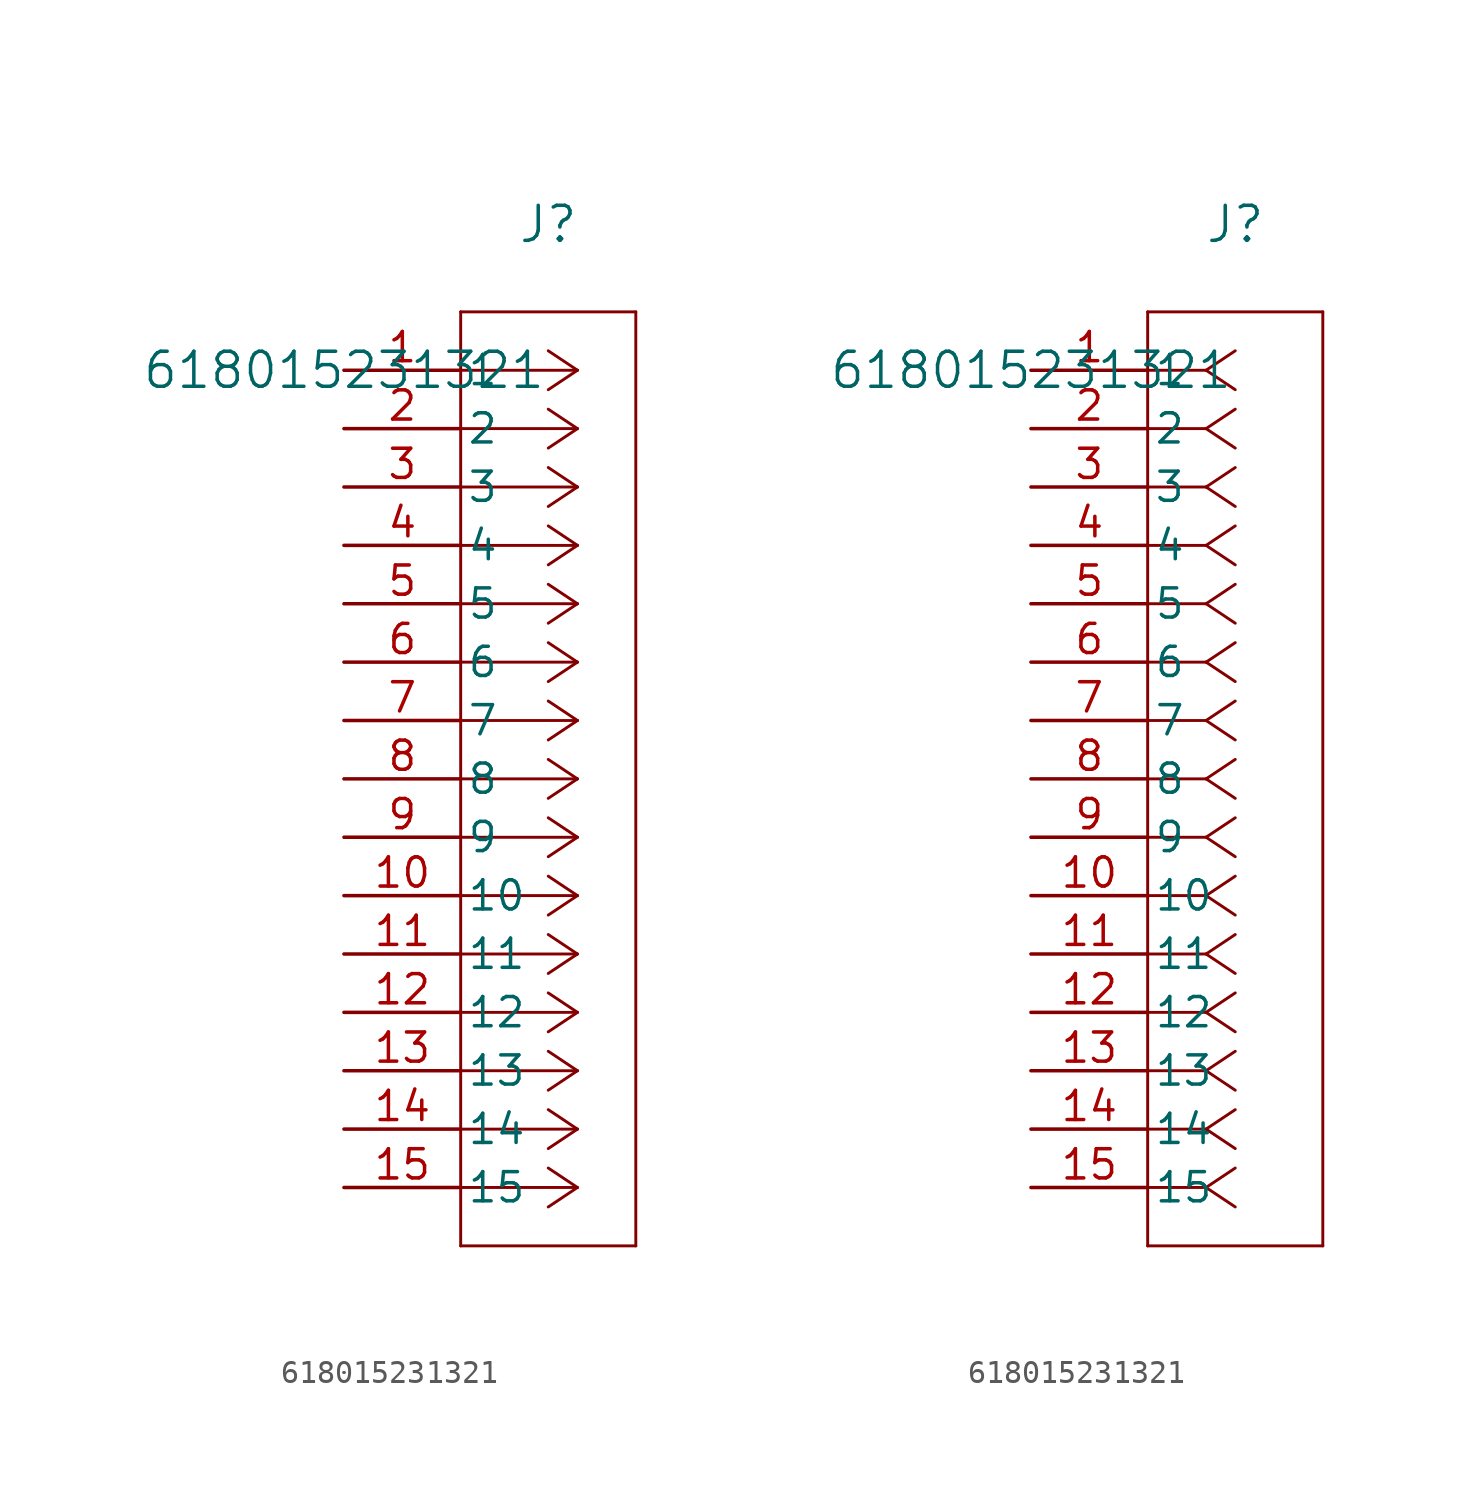
<source format=kicad_sym>
(kicad_symbol_lib
  (version 20211014)
  (generator kicad_symbol_editor)
  (symbol "618015231321"
    (pin_names
      (offset 0.254))
    (property "Reference" "J"
      (at 8.89 6.35 0)
      (effects (font (size 1.524 1.524))))
    (property "Value" "618015231321"
      (at 0 0 0)
      (effects (font (size 1.524 1.524))))
    (symbol "618015231321_1_1"
      (polyline (pts (xy 10.16 0) (xy 5.08 0)) (stroke (width 0.127) (type default) (color 0 0 0 0)) (fill (type none)))
      (polyline (pts (xy 10.16 -2.54) (xy 5.08 -2.54)) (stroke (width 0.127) (type default) (color 0 0 0 0)) (fill (type none)))
      (polyline (pts (xy 10.16 -5.08) (xy 5.08 -5.08)) (stroke (width 0.127) (type default) (color 0 0 0 0)) (fill (type none)))
      (polyline (pts (xy 10.16 -7.62) (xy 5.08 -7.62)) (stroke (width 0.127) (type default) (color 0 0 0 0)) (fill (type none)))
      (polyline (pts (xy 10.16 -10.16) (xy 5.08 -10.16)) (stroke (width 0.127) (type default) (color 0 0 0 0)) (fill (type none)))
      (polyline (pts (xy 10.16 -12.7) (xy 5.08 -12.7)) (stroke (width 0.127) (type default) (color 0 0 0 0)) (fill (type none)))
      (polyline (pts (xy 10.16 -15.24) (xy 5.08 -15.24)) (stroke (width 0.127) (type default) (color 0 0 0 0)) (fill (type none)))
      (polyline (pts (xy 10.16 -17.78) (xy 5.08 -17.78)) (stroke (width 0.127) (type default) (color 0 0 0 0)) (fill (type none)))
      (polyline (pts (xy 10.16 -20.32) (xy 5.08 -20.32)) (stroke (width 0.127) (type default) (color 0 0 0 0)) (fill (type none)))
      (polyline (pts (xy 10.16 -22.86) (xy 5.08 -22.86)) (stroke (width 0.127) (type default) (color 0 0 0 0)) (fill (type none)))
      (polyline (pts (xy 10.16 -25.4) (xy 5.08 -25.4)) (stroke (width 0.127) (type default) (color 0 0 0 0)) (fill (type none)))
      (polyline (pts (xy 10.16 -27.94) (xy 5.08 -27.94)) (stroke (width 0.127) (type default) (color 0 0 0 0)) (fill (type none)))
      (polyline (pts (xy 10.16 -30.48) (xy 5.08 -30.48)) (stroke (width 0.127) (type default) (color 0 0 0 0)) (fill (type none)))
      (polyline (pts (xy 10.16 -33.02) (xy 5.08 -33.02)) (stroke (width 0.127) (type default) (color 0 0 0 0)) (fill (type none)))
      (polyline (pts (xy 10.16 -35.56) (xy 5.08 -35.56)) (stroke (width 0.127) (type default) (color 0 0 0 0)) (fill (type none)))
      (polyline (pts (xy 10.16 0) (xy 8.89 0.847)) (stroke (width 0.127) (type default) (color 0 0 0 0)) (fill (type none)))
      (polyline (pts (xy 10.16 -2.54) (xy 8.89 -1.693)) (stroke (width 0.127) (type default) (color 0 0 0 0)) (fill (type none)))
      (polyline (pts (xy 10.16 -5.08) (xy 8.89 -4.233)) (stroke (width 0.127) (type default) (color 0 0 0 0)) (fill (type none)))
      (polyline (pts (xy 10.16 -7.62) (xy 8.89 -6.773)) (stroke (width 0.127) (type default) (color 0 0 0 0)) (fill (type none)))
      (polyline (pts (xy 10.16 -10.16) (xy 8.89 -9.313)) (stroke (width 0.127) (type default) (color 0 0 0 0)) (fill (type none)))
      (polyline (pts (xy 10.16 -12.7) (xy 8.89 -11.853)) (stroke (width 0.127) (type default) (color 0 0 0 0)) (fill (type none)))
      (polyline (pts (xy 10.16 -15.24) (xy 8.89 -14.393)) (stroke (width 0.127) (type default) (color 0 0 0 0)) (fill (type none)))
      (polyline (pts (xy 10.16 -17.78) (xy 8.89 -16.933)) (stroke (width 0.127) (type default) (color 0 0 0 0)) (fill (type none)))
      (polyline (pts (xy 10.16 -20.32) (xy 8.89 -19.473)) (stroke (width 0.127) (type default) (color 0 0 0 0)) (fill (type none)))
      (polyline (pts (xy 10.16 -22.86) (xy 8.89 -22.013)) (stroke (width 0.127) (type default) (color 0 0 0 0)) (fill (type none)))
      (polyline (pts (xy 10.16 -25.4) (xy 8.89 -24.553)) (stroke (width 0.127) (type default) (color 0 0 0 0)) (fill (type none)))
      (polyline (pts (xy 10.16 -27.94) (xy 8.89 -27.093)) (stroke (width 0.127) (type default) (color 0 0 0 0)) (fill (type none)))
      (polyline (pts (xy 10.16 -30.48) (xy 8.89 -29.633)) (stroke (width 0.127) (type default) (color 0 0 0 0)) (fill (type none)))
      (polyline (pts (xy 10.16 -33.02) (xy 8.89 -32.173)) (stroke (width 0.127) (type default) (color 0 0 0 0)) (fill (type none)))
      (polyline (pts (xy 10.16 -35.56) (xy 8.89 -34.713)) (stroke (width 0.127) (type default) (color 0 0 0 0)) (fill (type none)))
      (polyline (pts (xy 10.16 0) (xy 8.89 -0.847)) (stroke (width 0.127) (type default) (color 0 0 0 0)) (fill (type none)))
      (polyline (pts (xy 10.16 -2.54) (xy 8.89 -3.387)) (stroke (width 0.127) (type default) (color 0 0 0 0)) (fill (type none)))
      (polyline (pts (xy 10.16 -5.08) (xy 8.89 -5.927)) (stroke (width 0.127) (type default) (color 0 0 0 0)) (fill (type none)))
      (polyline (pts (xy 10.16 -7.62) (xy 8.89 -8.467)) (stroke (width 0.127) (type default) (color 0 0 0 0)) (fill (type none)))
      (polyline (pts (xy 10.16 -10.16) (xy 8.89 -11.007)) (stroke (width 0.127) (type default) (color 0 0 0 0)) (fill (type none)))
      (polyline (pts (xy 10.16 -12.7) (xy 8.89 -13.547)) (stroke (width 0.127) (type default) (color 0 0 0 0)) (fill (type none)))
      (polyline (pts (xy 10.16 -15.24) (xy 8.89 -16.087)) (stroke (width 0.127) (type default) (color 0 0 0 0)) (fill (type none)))
      (polyline (pts (xy 10.16 -17.78) (xy 8.89 -18.627)) (stroke (width 0.127) (type default) (color 0 0 0 0)) (fill (type none)))
      (polyline (pts (xy 10.16 -20.32) (xy 8.89 -21.167)) (stroke (width 0.127) (type default) (color 0 0 0 0)) (fill (type none)))
      (polyline (pts (xy 10.16 -22.86) (xy 8.89 -23.707)) (stroke (width 0.127) (type default) (color 0 0 0 0)) (fill (type none)))
      (polyline (pts (xy 10.16 -25.4) (xy 8.89 -26.247)) (stroke (width 0.127) (type default) (color 0 0 0 0)) (fill (type none)))
      (polyline (pts (xy 10.16 -27.94) (xy 8.89 -28.787)) (stroke (width 0.127) (type default) (color 0 0 0 0)) (fill (type none)))
      (polyline (pts (xy 10.16 -30.48) (xy 8.89 -31.327)) (stroke (width 0.127) (type default) (color 0 0 0 0)) (fill (type none)))
      (polyline (pts (xy 10.16 -33.02) (xy 8.89 -33.867)) (stroke (width 0.127) (type default) (color 0 0 0 0)) (fill (type none)))
      (polyline (pts (xy 10.16 -35.56) (xy 8.89 -36.407)) (stroke (width 0.127) (type default) (color 0 0 0 0)) (fill (type none)))
      (polyline (pts (xy 5.08 2.54) (xy 5.08 -38.1)) (stroke (width 0.127) (type default) (color 0 0 0 0)) (fill (type none)))
      (polyline (pts (xy 5.08 -38.1) (xy 12.7 -38.1)) (stroke (width 0.127) (type default) (color 0 0 0 0)) (fill (type none)))
      (polyline (pts (xy 12.7 -38.1) (xy 12.7 2.54)) (stroke (width 0.127) (type default) (color 0 0 0 0)) (fill (type none)))
      (polyline (pts (xy 12.7 2.54) (xy 5.08 2.54)) (stroke (width 0.127) (type default) (color 0 0 0 0)) (fill (type none)))
      (pin unspecified line (at 0 0 0) (length 5.08) (name "1" (effects (font (size 1.27 1.27)))) (number "1" (effects (font (size 1.27 1.27)))))
      (pin unspecified line (at 0 -2.54 0) (length 5.08) (name "2" (effects (font (size 1.27 1.27)))) (number "2" (effects (font (size 1.27 1.27)))))
      (pin unspecified line (at 0 -5.08 0) (length 5.08) (name "3" (effects (font (size 1.27 1.27)))) (number "3" (effects (font (size 1.27 1.27)))))
      (pin unspecified line (at 0 -7.62 0) (length 5.08) (name "4" (effects (font (size 1.27 1.27)))) (number "4" (effects (font (size 1.27 1.27)))))
      (pin unspecified line (at 0 -10.16 0) (length 5.08) (name "5" (effects (font (size 1.27 1.27)))) (number "5" (effects (font (size 1.27 1.27)))))
      (pin unspecified line (at 0 -12.7 0) (length 5.08) (name "6" (effects (font (size 1.27 1.27)))) (number "6" (effects (font (size 1.27 1.27)))))
      (pin unspecified line (at 0 -15.24 0) (length 5.08) (name "7" (effects (font (size 1.27 1.27)))) (number "7" (effects (font (size 1.27 1.27)))))
      (pin unspecified line (at 0 -17.78 0) (length 5.08) (name "8" (effects (font (size 1.27 1.27)))) (number "8" (effects (font (size 1.27 1.27)))))
      (pin unspecified line (at 0 -20.32 0) (length 5.08) (name "9" (effects (font (size 1.27 1.27)))) (number "9" (effects (font (size 1.27 1.27)))))
      (pin unspecified line (at 0 -22.86 0) (length 5.08) (name "10" (effects (font (size 1.27 1.27)))) (number "10" (effects (font (size 1.27 1.27)))))
      (pin unspecified line (at 0 -25.4 0) (length 5.08) (name "11" (effects (font (size 1.27 1.27)))) (number "11" (effects (font (size 1.27 1.27)))))
      (pin unspecified line (at 0 -27.94 0) (length 5.08) (name "12" (effects (font (size 1.27 1.27)))) (number "12" (effects (font (size 1.27 1.27)))))
      (pin unspecified line (at 0 -30.48 0) (length 5.08) (name "13" (effects (font (size 1.27 1.27)))) (number "13" (effects (font (size 1.27 1.27)))))
      (pin unspecified line (at 0 -33.02 0) (length 5.08) (name "14" (effects (font (size 1.27 1.27)))) (number "14" (effects (font (size 1.27 1.27)))))
      (pin unspecified line (at 0 -35.56 0) (length 5.08) (name "15" (effects (font (size 1.27 1.27)))) (number "15" (effects (font (size 1.27 1.27))))))
    (symbol "618015231321_1_2"
      (polyline (pts (xy 7.62 0) (xy 5.08 0)) (stroke (width 0.127) (type default) (color 0 0 0 0)) (fill (type none)))
      (polyline (pts (xy 7.62 -2.54) (xy 5.08 -2.54)) (stroke (width 0.127) (type default) (color 0 0 0 0)) (fill (type none)))
      (polyline (pts (xy 7.62 -5.08) (xy 5.08 -5.08)) (stroke (width 0.127) (type default) (color 0 0 0 0)) (fill (type none)))
      (polyline (pts (xy 7.62 -7.62) (xy 5.08 -7.62)) (stroke (width 0.127) (type default) (color 0 0 0 0)) (fill (type none)))
      (polyline (pts (xy 7.62 -10.16) (xy 5.08 -10.16)) (stroke (width 0.127) (type default) (color 0 0 0 0)) (fill (type none)))
      (polyline (pts (xy 7.62 -12.7) (xy 5.08 -12.7)) (stroke (width 0.127) (type default) (color 0 0 0 0)) (fill (type none)))
      (polyline (pts (xy 7.62 -15.24) (xy 5.08 -15.24)) (stroke (width 0.127) (type default) (color 0 0 0 0)) (fill (type none)))
      (polyline (pts (xy 7.62 -17.78) (xy 5.08 -17.78)) (stroke (width 0.127) (type default) (color 0 0 0 0)) (fill (type none)))
      (polyline (pts (xy 7.62 -20.32) (xy 5.08 -20.32)) (stroke (width 0.127) (type default) (color 0 0 0 0)) (fill (type none)))
      (polyline (pts (xy 7.62 -22.86) (xy 5.08 -22.86)) (stroke (width 0.127) (type default) (color 0 0 0 0)) (fill (type none)))
      (polyline (pts (xy 7.62 -25.4) (xy 5.08 -25.4)) (stroke (width 0.127) (type default) (color 0 0 0 0)) (fill (type none)))
      (polyline (pts (xy 7.62 -27.94) (xy 5.08 -27.94)) (stroke (width 0.127) (type default) (color 0 0 0 0)) (fill (type none)))
      (polyline (pts (xy 7.62 -30.48) (xy 5.08 -30.48)) (stroke (width 0.127) (type default) (color 0 0 0 0)) (fill (type none)))
      (polyline (pts (xy 7.62 -33.02) (xy 5.08 -33.02)) (stroke (width 0.127) (type default) (color 0 0 0 0)) (fill (type none)))
      (polyline (pts (xy 7.62 -35.56) (xy 5.08 -35.56)) (stroke (width 0.127) (type default) (color 0 0 0 0)) (fill (type none)))
      (polyline (pts (xy 7.62 0) (xy 8.89 0.847)) (stroke (width 0.127) (type default) (color 0 0 0 0)) (fill (type none)))
      (polyline (pts (xy 7.62 -2.54) (xy 8.89 -1.693)) (stroke (width 0.127) (type default) (color 0 0 0 0)) (fill (type none)))
      (polyline (pts (xy 7.62 -5.08) (xy 8.89 -4.233)) (stroke (width 0.127) (type default) (color 0 0 0 0)) (fill (type none)))
      (polyline (pts (xy 7.62 -7.62) (xy 8.89 -6.773)) (stroke (width 0.127) (type default) (color 0 0 0 0)) (fill (type none)))
      (polyline (pts (xy 7.62 -10.16) (xy 8.89 -9.313)) (stroke (width 0.127) (type default) (color 0 0 0 0)) (fill (type none)))
      (polyline (pts (xy 7.62 -12.7) (xy 8.89 -11.853)) (stroke (width 0.127) (type default) (color 0 0 0 0)) (fill (type none)))
      (polyline (pts (xy 7.62 -15.24) (xy 8.89 -14.393)) (stroke (width 0.127) (type default) (color 0 0 0 0)) (fill (type none)))
      (polyline (pts (xy 7.62 -17.78) (xy 8.89 -16.933)) (stroke (width 0.127) (type default) (color 0 0 0 0)) (fill (type none)))
      (polyline (pts (xy 7.62 -20.32) (xy 8.89 -19.473)) (stroke (width 0.127) (type default) (color 0 0 0 0)) (fill (type none)))
      (polyline (pts (xy 7.62 -22.86) (xy 8.89 -22.013)) (stroke (width 0.127) (type default) (color 0 0 0 0)) (fill (type none)))
      (polyline (pts (xy 7.62 -25.4) (xy 8.89 -24.553)) (stroke (width 0.127) (type default) (color 0 0 0 0)) (fill (type none)))
      (polyline (pts (xy 7.62 -27.94) (xy 8.89 -27.093)) (stroke (width 0.127) (type default) (color 0 0 0 0)) (fill (type none)))
      (polyline (pts (xy 7.62 -30.48) (xy 8.89 -29.633)) (stroke (width 0.127) (type default) (color 0 0 0 0)) (fill (type none)))
      (polyline (pts (xy 7.62 -33.02) (xy 8.89 -32.173)) (stroke (width 0.127) (type default) (color 0 0 0 0)) (fill (type none)))
      (polyline (pts (xy 7.62 -35.56) (xy 8.89 -34.713)) (stroke (width 0.127) (type default) (color 0 0 0 0)) (fill (type none)))
      (polyline (pts (xy 7.62 0) (xy 8.89 -0.847)) (stroke (width 0.127) (type default) (color 0 0 0 0)) (fill (type none)))
      (polyline (pts (xy 7.62 -2.54) (xy 8.89 -3.387)) (stroke (width 0.127) (type default) (color 0 0 0 0)) (fill (type none)))
      (polyline (pts (xy 7.62 -5.08) (xy 8.89 -5.927)) (stroke (width 0.127) (type default) (color 0 0 0 0)) (fill (type none)))
      (polyline (pts (xy 7.62 -7.62) (xy 8.89 -8.467)) (stroke (width 0.127) (type default) (color 0 0 0 0)) (fill (type none)))
      (polyline (pts (xy 7.62 -10.16) (xy 8.89 -11.007)) (stroke (width 0.127) (type default) (color 0 0 0 0)) (fill (type none)))
      (polyline (pts (xy 7.62 -12.7) (xy 8.89 -13.547)) (stroke (width 0.127) (type default) (color 0 0 0 0)) (fill (type none)))
      (polyline (pts (xy 7.62 -15.24) (xy 8.89 -16.087)) (stroke (width 0.127) (type default) (color 0 0 0 0)) (fill (type none)))
      (polyline (pts (xy 7.62 -17.78) (xy 8.89 -18.627)) (stroke (width 0.127) (type default) (color 0 0 0 0)) (fill (type none)))
      (polyline (pts (xy 7.62 -20.32) (xy 8.89 -21.167)) (stroke (width 0.127) (type default) (color 0 0 0 0)) (fill (type none)))
      (polyline (pts (xy 7.62 -22.86) (xy 8.89 -23.707)) (stroke (width 0.127) (type default) (color 0 0 0 0)) (fill (type none)))
      (polyline (pts (xy 7.62 -25.4) (xy 8.89 -26.247)) (stroke (width 0.127) (type default) (color 0 0 0 0)) (fill (type none)))
      (polyline (pts (xy 7.62 -27.94) (xy 8.89 -28.787)) (stroke (width 0.127) (type default) (color 0 0 0 0)) (fill (type none)))
      (polyline (pts (xy 7.62 -30.48) (xy 8.89 -31.327)) (stroke (width 0.127) (type default) (color 0 0 0 0)) (fill (type none)))
      (polyline (pts (xy 7.62 -33.02) (xy 8.89 -33.867)) (stroke (width 0.127) (type default) (color 0 0 0 0)) (fill (type none)))
      (polyline (pts (xy 7.62 -35.56) (xy 8.89 -36.407)) (stroke (width 0.127) (type default) (color 0 0 0 0)) (fill (type none)))
      (polyline (pts (xy 5.08 2.54) (xy 5.08 -38.1)) (stroke (width 0.127) (type default) (color 0 0 0 0)) (fill (type none)))
      (polyline (pts (xy 5.08 -38.1) (xy 12.7 -38.1)) (stroke (width 0.127) (type default) (color 0 0 0 0)) (fill (type none)))
      (polyline (pts (xy 12.7 -38.1) (xy 12.7 2.54)) (stroke (width 0.127) (type default) (color 0 0 0 0)) (fill (type none)))
      (polyline (pts (xy 12.7 2.54) (xy 5.08 2.54)) (stroke (width 0.127) (type default) (color 0 0 0 0)) (fill (type none)))
      (pin unspecified line (at 0 0 0) (length 5.08) (name "1" (effects (font (size 1.27 1.27)))) (number "1" (effects (font (size 1.27 1.27)))))
      (pin unspecified line (at 0 -2.54 0) (length 5.08) (name "2" (effects (font (size 1.27 1.27)))) (number "2" (effects (font (size 1.27 1.27)))))
      (pin unspecified line (at 0 -5.08 0) (length 5.08) (name "3" (effects (font (size 1.27 1.27)))) (number "3" (effects (font (size 1.27 1.27)))))
      (pin unspecified line (at 0 -7.62 0) (length 5.08) (name "4" (effects (font (size 1.27 1.27)))) (number "4" (effects (font (size 1.27 1.27)))))
      (pin unspecified line (at 0 -10.16 0) (length 5.08) (name "5" (effects (font (size 1.27 1.27)))) (number "5" (effects (font (size 1.27 1.27)))))
      (pin unspecified line (at 0 -12.7 0) (length 5.08) (name "6" (effects (font (size 1.27 1.27)))) (number "6" (effects (font (size 1.27 1.27)))))
      (pin unspecified line (at 0 -15.24 0) (length 5.08) (name "7" (effects (font (size 1.27 1.27)))) (number "7" (effects (font (size 1.27 1.27)))))
      (pin unspecified line (at 0 -17.78 0) (length 5.08) (name "8" (effects (font (size 1.27 1.27)))) (number "8" (effects (font (size 1.27 1.27)))))
      (pin unspecified line (at 0 -20.32 0) (length 5.08) (name "9" (effects (font (size 1.27 1.27)))) (number "9" (effects (font (size 1.27 1.27)))))
      (pin unspecified line (at 0 -22.86 0) (length 5.08) (name "10" (effects (font (size 1.27 1.27)))) (number "10" (effects (font (size 1.27 1.27)))))
      (pin unspecified line (at 0 -25.4 0) (length 5.08) (name "11" (effects (font (size 1.27 1.27)))) (number "11" (effects (font (size 1.27 1.27)))))
      (pin unspecified line (at 0 -27.94 0) (length 5.08) (name "12" (effects (font (size 1.27 1.27)))) (number "12" (effects (font (size 1.27 1.27)))))
      (pin unspecified line (at 0 -30.48 0) (length 5.08) (name "13" (effects (font (size 1.27 1.27)))) (number "13" (effects (font (size 1.27 1.27)))))
      (pin unspecified line (at 0 -33.02 0) (length 5.08) (name "14" (effects (font (size 1.27 1.27)))) (number "14" (effects (font (size 1.27 1.27)))))
      (pin unspecified line (at 0 -35.56 0) (length 5.08) (name "15" (effects (font (size 1.27 1.27)))) (number "15" (effects (font (size 1.27 1.27))))))))
</source>
